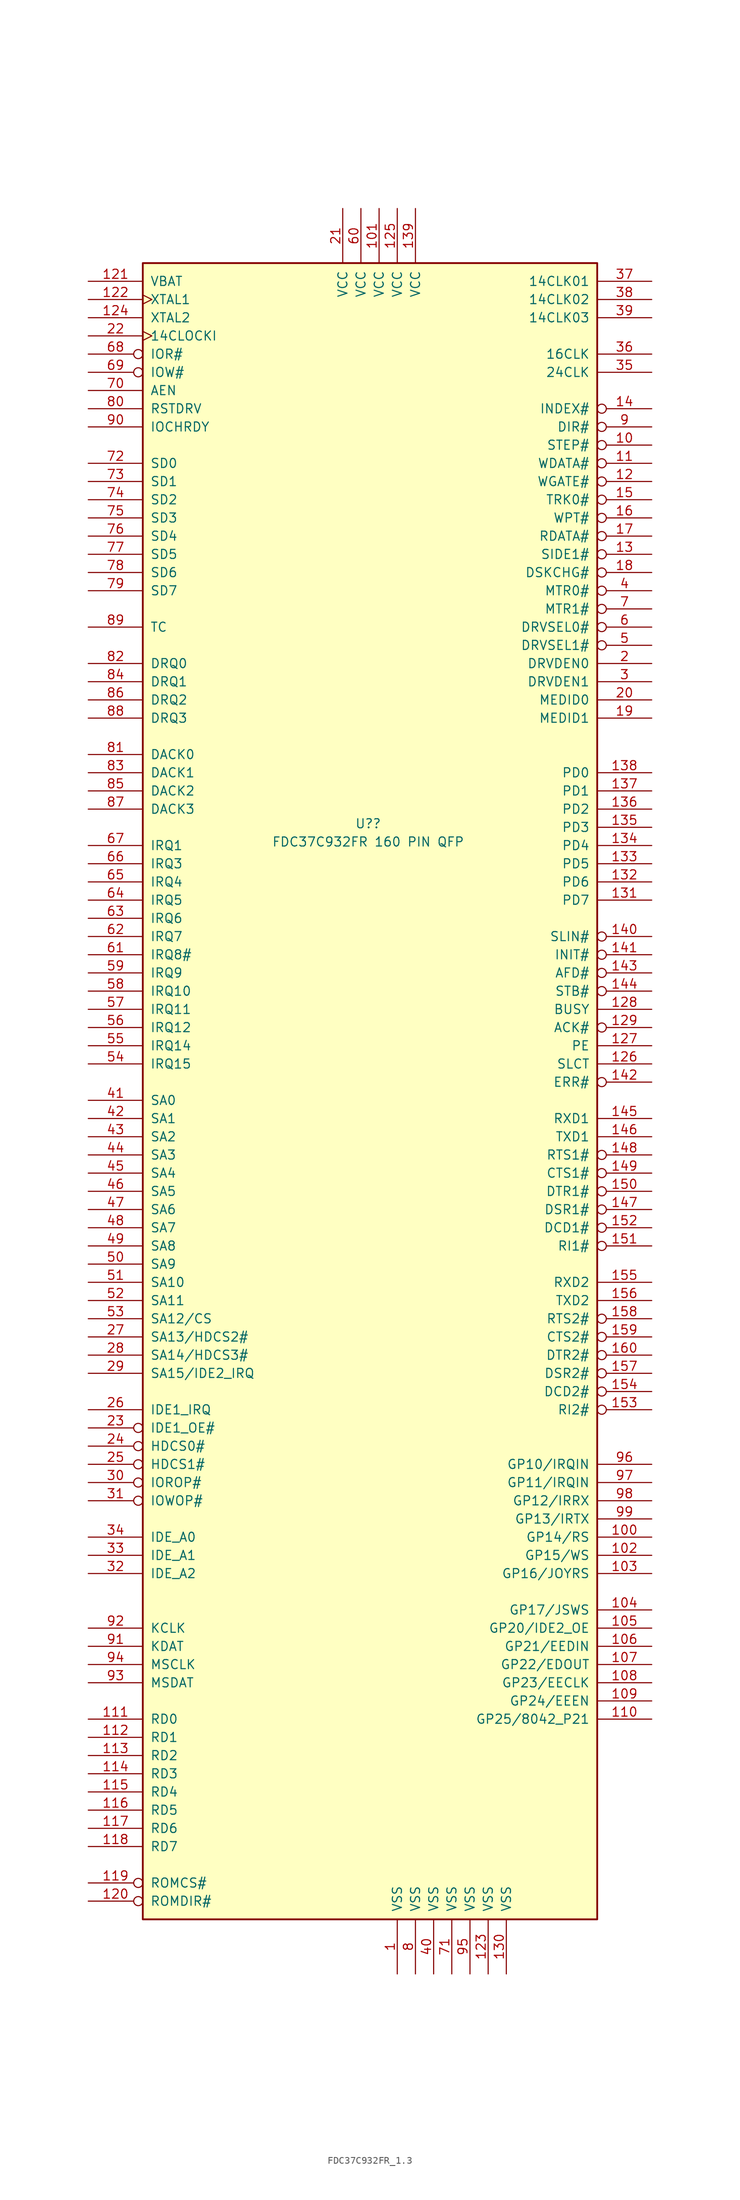
<source format=kicad_sym>
(kicad_symbol_lib
  (version 20240819)
  (generator "kicad_symbol_editor")
  (generator_version "8.99")
  (symbol "FDC37C932FR_1.3"
    (pin_names
      (offset 1.016))
    (property "Reference" "U?"
      (at 1.016 38.608 0)
      (effects (font (size 1.27 1.27))))
    (property "Value" "FDC37C932FR 160 PIN QFP"
      (at 1.016 36.068 0)
      (effects (font (size 1.27 1.27))))
    (symbol "FDC37C932FR_1.3_0_1"
      (rectangle (start -30.48 116.84) (end 33.02 -114.3) (stroke (width 0.254) (type default)) (fill (type background))))
    (symbol "FDC37C932FR_1.3_1_1"
      (pin power_in line (at -38.1 114.3 0) (length 7.62) (name "VBAT" (effects (font (size 1.27 1.27)))) (number "121" (effects (font (size 1.27 1.27)))))
      (pin input clock (at -38.1 111.76 0) (length 7.62) (name "XTAL1" (effects (font (size 1.27 1.27)))) (number "122" (effects (font (size 1.27 1.27)))))
      (pin input line (at -38.1 109.22 0) (length 7.62) (name "XTAL2" (effects (font (size 1.27 1.27)))) (number "124" (effects (font (size 1.27 1.27)))))
      (pin input clock (at -38.1 106.68 0) (length 7.62) (name "14CLOCKI" (effects (font (size 1.27 1.27)))) (number "22" (effects (font (size 1.27 1.27)))))
      (pin input inverted (at -38.1 104.14 0) (length 7.62) (name "IOR#" (effects (font (size 1.27 1.27)))) (number "68" (effects (font (size 1.27 1.27)))))
      (pin input inverted (at -38.1 101.6 0) (length 7.62) (name "IOW#" (effects (font (size 1.27 1.27)))) (number "69" (effects (font (size 1.27 1.27)))))
      (pin input line (at -38.1 99.06 0) (length 7.62) (name "AEN" (effects (font (size 1.27 1.27)))) (number "70" (effects (font (size 1.27 1.27)))))
      (pin input line (at -38.1 96.52 0) (length 7.62) (name "RSTDRV" (effects (font (size 1.27 1.27)))) (number "80" (effects (font (size 1.27 1.27)))))
      (pin input line (at -38.1 93.98 0) (length 7.62) (name "IOCHRDY" (effects (font (size 1.27 1.27)))) (number "90" (effects (font (size 1.27 1.27)))))
      (pin bidirectional line (at -38.1 88.9 0) (length 7.62) (name "SD0" (effects (font (size 1.27 1.27)))) (number "72" (effects (font (size 1.27 1.27)))))
      (pin bidirectional line (at -38.1 86.36 0) (length 7.62) (name "SD1" (effects (font (size 1.27 1.27)))) (number "73" (effects (font (size 1.27 1.27)))))
      (pin bidirectional line (at -38.1 83.82 0) (length 7.62) (name "SD2" (effects (font (size 1.27 1.27)))) (number "74" (effects (font (size 1.27 1.27)))))
      (pin bidirectional line (at -38.1 81.28 0) (length 7.62) (name "SD3" (effects (font (size 1.27 1.27)))) (number "75" (effects (font (size 1.27 1.27)))))
      (pin bidirectional line (at -38.1 78.74 0) (length 7.62) (name "SD4" (effects (font (size 1.27 1.27)))) (number "76" (effects (font (size 1.27 1.27)))))
      (pin bidirectional line (at -38.1 76.2 0) (length 7.62) (name "SD5" (effects (font (size 1.27 1.27)))) (number "77" (effects (font (size 1.27 1.27)))))
      (pin bidirectional line (at -38.1 73.66 0) (length 7.62) (name "SD6" (effects (font (size 1.27 1.27)))) (number "78" (effects (font (size 1.27 1.27)))))
      (pin bidirectional line (at -38.1 71.12 0) (length 7.62) (name "SD7" (effects (font (size 1.27 1.27)))) (number "79" (effects (font (size 1.27 1.27)))))
      (pin bidirectional line (at -38.1 66.04 0) (length 7.62) (name "TC" (effects (font (size 1.27 1.27)))) (number "89" (effects (font (size 1.27 1.27)))))
      (pin output line (at -38.1 60.96 0) (length 7.62) (name "DRQ0" (effects (font (size 1.27 1.27)))) (number "82" (effects (font (size 1.27 1.27)))))
      (pin output line (at -38.1 58.42 0) (length 7.62) (name "DRQ1" (effects (font (size 1.27 1.27)))) (number "84" (effects (font (size 1.27 1.27)))))
      (pin output line (at -38.1 55.88 0) (length 7.62) (name "DRQ2" (effects (font (size 1.27 1.27)))) (number "86" (effects (font (size 1.27 1.27)))))
      (pin output line (at -38.1 53.34 0) (length 7.62) (name "DRQ3" (effects (font (size 1.27 1.27)))) (number "88" (effects (font (size 1.27 1.27)))))
      (pin input line (at -38.1 48.26 0) (length 7.62) (name "DACK0" (effects (font (size 1.27 1.27)))) (number "81" (effects (font (size 1.27 1.27)))))
      (pin input line (at -38.1 45.72 0) (length 7.62) (name "DACK1" (effects (font (size 1.27 1.27)))) (number "83" (effects (font (size 1.27 1.27)))))
      (pin input line (at -38.1 43.18 0) (length 7.62) (name "DACK2" (effects (font (size 1.27 1.27)))) (number "85" (effects (font (size 1.27 1.27)))))
      (pin input line (at -38.1 40.64 0) (length 7.62) (name "DACK3" (effects (font (size 1.27 1.27)))) (number "87" (effects (font (size 1.27 1.27)))))
      (pin output line (at -38.1 35.56 0) (length 7.62) (name "IRQ1" (effects (font (size 1.27 1.27)))) (number "67" (effects (font (size 1.27 1.27)))))
      (pin output line (at -38.1 33.02 0) (length 7.62) (name "IRQ3" (effects (font (size 1.27 1.27)))) (number "66" (effects (font (size 1.27 1.27)))))
      (pin output line (at -38.1 30.48 0) (length 7.62) (name "IRQ4" (effects (font (size 1.27 1.27)))) (number "65" (effects (font (size 1.27 1.27)))))
      (pin output line (at -38.1 27.94 0) (length 7.62) (name "IRQ5" (effects (font (size 1.27 1.27)))) (number "64" (effects (font (size 1.27 1.27)))))
      (pin output line (at -38.1 25.4 0) (length 7.62) (name "IRQ6" (effects (font (size 1.27 1.27)))) (number "63" (effects (font (size 1.27 1.27)))))
      (pin output line (at -38.1 22.86 0) (length 7.62) (name "IRQ7" (effects (font (size 1.27 1.27)))) (number "62" (effects (font (size 1.27 1.27)))))
      (pin output line (at -38.1 20.32 0) (length 7.62) (name "IRQ8#" (effects (font (size 1.27 1.27)))) (number "61" (effects (font (size 1.27 1.27)))))
      (pin output line (at -38.1 17.78 0) (length 7.62) (name "IRQ9" (effects (font (size 1.27 1.27)))) (number "59" (effects (font (size 1.27 1.27)))))
      (pin output line (at -38.1 15.24 0) (length 7.62) (name "IRQ10" (effects (font (size 1.27 1.27)))) (number "58" (effects (font (size 1.27 1.27)))))
      (pin output line (at -38.1 12.7 0) (length 7.62) (name "IRQ11" (effects (font (size 1.27 1.27)))) (number "57" (effects (font (size 1.27 1.27)))))
      (pin output line (at -38.1 10.16 0) (length 7.62) (name "IRQ12" (effects (font (size 1.27 1.27)))) (number "56" (effects (font (size 1.27 1.27)))))
      (pin output line (at -38.1 7.62 0) (length 7.62) (name "IRQ14" (effects (font (size 1.27 1.27)))) (number "55" (effects (font (size 1.27 1.27)))))
      (pin output line (at -38.1 5.08 0) (length 7.62) (name "IRQ15" (effects (font (size 1.27 1.27)))) (number "54" (effects (font (size 1.27 1.27)))))
      (pin bidirectional line (at -38.1 0 0) (length 7.62) (name "SA0" (effects (font (size 1.27 1.27)))) (number "41" (effects (font (size 1.27 1.27)))))
      (pin bidirectional line (at -38.1 -2.54 0) (length 7.62) (name "SA1" (effects (font (size 1.27 1.27)))) (number "42" (effects (font (size 1.27 1.27)))))
      (pin bidirectional line (at -38.1 -5.08 0) (length 7.62) (name "SA2" (effects (font (size 1.27 1.27)))) (number "43" (effects (font (size 1.27 1.27)))))
      (pin bidirectional line (at -38.1 -7.62 0) (length 7.62) (name "SA3" (effects (font (size 1.27 1.27)))) (number "44" (effects (font (size 1.27 1.27)))))
      (pin bidirectional line (at -38.1 -10.16 0) (length 7.62) (name "SA4" (effects (font (size 1.27 1.27)))) (number "45" (effects (font (size 1.27 1.27)))))
      (pin bidirectional line (at -38.1 -12.7 0) (length 7.62) (name "SA5" (effects (font (size 1.27 1.27)))) (number "46" (effects (font (size 1.27 1.27)))))
      (pin bidirectional line (at -38.1 -15.24 0) (length 7.62) (name "SA6" (effects (font (size 1.27 1.27)))) (number "47" (effects (font (size 1.27 1.27)))))
      (pin bidirectional line (at -38.1 -17.78 0) (length 7.62) (name "SA7" (effects (font (size 1.27 1.27)))) (number "48" (effects (font (size 1.27 1.27)))))
      (pin bidirectional line (at -38.1 -20.32 0) (length 7.62) (name "SA8" (effects (font (size 1.27 1.27)))) (number "49" (effects (font (size 1.27 1.27)))))
      (pin bidirectional line (at -38.1 -22.86 0) (length 7.62) (name "SA9" (effects (font (size 1.27 1.27)))) (number "50" (effects (font (size 1.27 1.27)))))
      (pin bidirectional line (at -38.1 -25.4 0) (length 7.62) (name "SA10" (effects (font (size 1.27 1.27)))) (number "51" (effects (font (size 1.27 1.27)))))
      (pin bidirectional line (at -38.1 -27.94 0) (length 7.62) (name "SA11" (effects (font (size 1.27 1.27)))) (number "52" (effects (font (size 1.27 1.27)))))
      (pin bidirectional line (at -38.1 -30.48 0) (length 7.62) (name "SA12/CS" (effects (font (size 1.27 1.27)))) (number "53" (effects (font (size 1.27 1.27)))))
      (pin bidirectional line (at -38.1 -33.02 0) (length 7.62) (name "SA13/HDCS2#" (effects (font (size 1.27 1.27)))) (number "27" (effects (font (size 1.27 1.27)))))
      (pin bidirectional line (at -38.1 -35.56 0) (length 7.62) (name "SA14/HDCS3#" (effects (font (size 1.27 1.27)))) (number "28" (effects (font (size 1.27 1.27)))))
      (pin bidirectional line (at -38.1 -38.1 0) (length 7.62) (name "SA15/IDE2_IRQ" (effects (font (size 1.27 1.27)))) (number "29" (effects (font (size 1.27 1.27)))))
      (pin input line (at -38.1 -43.18 0) (length 7.62) (name "IDE1_IRQ" (effects (font (size 1.27 1.27)))) (number "26" (effects (font (size 1.27 1.27)))))
      (pin output inverted (at -38.1 -45.72 0) (length 7.62) (name "IDE1_OE#" (effects (font (size 1.27 1.27)))) (number "23" (effects (font (size 1.27 1.27)))))
      (pin output inverted (at -38.1 -48.26 0) (length 7.62) (name "HDCS0#" (effects (font (size 1.27 1.27)))) (number "24" (effects (font (size 1.27 1.27)))))
      (pin output inverted (at -38.1 -50.8 0) (length 7.62) (name "HDCS1#" (effects (font (size 1.27 1.27)))) (number "25" (effects (font (size 1.27 1.27)))))
      (pin output inverted (at -38.1 -53.34 0) (length 7.62) (name "IOROP#" (effects (font (size 1.27 1.27)))) (number "30" (effects (font (size 1.27 1.27)))))
      (pin output inverted (at -38.1 -55.88 0) (length 7.62) (name "IOWOP#" (effects (font (size 1.27 1.27)))) (number "31" (effects (font (size 1.27 1.27)))))
      (pin output line (at -38.1 -60.96 0) (length 7.62) (name "IDE_A0" (effects (font (size 1.27 1.27)))) (number "34" (effects (font (size 1.27 1.27)))))
      (pin output line (at -38.1 -63.5 0) (length 7.62) (name "IDE_A1" (effects (font (size 1.27 1.27)))) (number "33" (effects (font (size 1.27 1.27)))))
      (pin output line (at -38.1 -66.04 0) (length 7.62) (name "IDE_A2" (effects (font (size 1.27 1.27)))) (number "32" (effects (font (size 1.27 1.27)))))
      (pin bidirectional line (at -38.1 -73.66 0) (length 7.62) (name "KCLK" (effects (font (size 1.27 1.27)))) (number "92" (effects (font (size 1.27 1.27)))))
      (pin bidirectional line (at -38.1 -76.2 0) (length 7.62) (name "KDAT" (effects (font (size 1.27 1.27)))) (number "91" (effects (font (size 1.27 1.27)))))
      (pin bidirectional line (at -38.1 -78.74 0) (length 7.62) (name "MSCLK" (effects (font (size 1.27 1.27)))) (number "94" (effects (font (size 1.27 1.27)))))
      (pin bidirectional line (at -38.1 -81.28 0) (length 7.62) (name "MSDAT" (effects (font (size 1.27 1.27)))) (number "93" (effects (font (size 1.27 1.27)))))
      (pin bidirectional line (at -38.1 -86.36 0) (length 7.62) (name "RD0" (effects (font (size 1.27 1.27)))) (number "111" (effects (font (size 1.27 1.27)))))
      (pin bidirectional line (at -38.1 -88.9 0) (length 7.62) (name "RD1" (effects (font (size 1.27 1.27)))) (number "112" (effects (font (size 1.27 1.27)))))
      (pin bidirectional line (at -38.1 -91.44 0) (length 7.62) (name "RD2" (effects (font (size 1.27 1.27)))) (number "113" (effects (font (size 1.27 1.27)))))
      (pin bidirectional line (at -38.1 -93.98 0) (length 7.62) (name "RD3" (effects (font (size 1.27 1.27)))) (number "114" (effects (font (size 1.27 1.27)))))
      (pin bidirectional line (at -38.1 -96.52 0) (length 7.62) (name "RD4" (effects (font (size 1.27 1.27)))) (number "115" (effects (font (size 1.27 1.27)))))
      (pin bidirectional line (at -38.1 -99.06 0) (length 7.62) (name "RD5" (effects (font (size 1.27 1.27)))) (number "116" (effects (font (size 1.27 1.27)))))
      (pin bidirectional line (at -38.1 -101.6 0) (length 7.62) (name "RD6" (effects (font (size 1.27 1.27)))) (number "117" (effects (font (size 1.27 1.27)))))
      (pin bidirectional line (at -38.1 -104.14 0) (length 7.62) (name "RD7" (effects (font (size 1.27 1.27)))) (number "118" (effects (font (size 1.27 1.27)))))
      (pin input inverted (at -38.1 -109.22 0) (length 7.62) (name "ROMCS#" (effects (font (size 1.27 1.27)))) (number "119" (effects (font (size 1.27 1.27)))))
      (pin input inverted (at -38.1 -111.76 0) (length 7.62) (name "ROMDIR#" (effects (font (size 1.27 1.27)))) (number "120" (effects (font (size 1.27 1.27)))))
      (pin power_in line (at -2.54 124.46 270) (length 7.62) (name "VCC" (effects (font (size 1.27 1.27)))) (number "21" (effects (font (size 1.27 1.27)))))
      (pin power_in line (at 0 124.46 270) (length 7.62) (name "VCC" (effects (font (size 1.27 1.27)))) (number "60" (effects (font (size 1.27 1.27)))))
      (pin power_in line (at 2.54 124.46 270) (length 7.62) (name "VCC" (effects (font (size 1.27 1.27)))) (number "101" (effects (font (size 1.27 1.27)))))
      (pin power_in line (at 5.08 124.46 270) (length 7.62) (name "VCC" (effects (font (size 1.27 1.27)))) (number "125" (effects (font (size 1.27 1.27)))))
      (pin power_out line (at 5.08 -121.92 90) (length 7.62) (name "VSS" (effects (font (size 1.27 1.27)))) (number "1" (effects (font (size 1.27 1.27)))))
      (pin power_in line (at 7.62 124.46 270) (length 7.62) (name "VCC" (effects (font (size 1.27 1.27)))) (number "139" (effects (font (size 1.27 1.27)))))
      (pin power_out line (at 7.62 -121.92 90) (length 7.62) (name "VSS" (effects (font (size 1.27 1.27)))) (number "8" (effects (font (size 1.27 1.27)))))
      (pin power_out line (at 10.16 -121.92 90) (length 7.62) (name "VSS" (effects (font (size 1.27 1.27)))) (number "40" (effects (font (size 1.27 1.27)))))
      (pin power_out line (at 12.7 -121.92 90) (length 7.62) (name "VSS" (effects (font (size 1.27 1.27)))) (number "71" (effects (font (size 1.27 1.27)))))
      (pin power_out line (at 15.24 -121.92 90) (length 7.62) (name "VSS" (effects (font (size 1.27 1.27)))) (number "95" (effects (font (size 1.27 1.27)))))
      (pin power_out line (at 17.78 -121.92 90) (length 7.62) (name "VSS" (effects (font (size 1.27 1.27)))) (number "123" (effects (font (size 1.27 1.27)))))
      (pin power_out line (at 20.32 -121.92 90) (length 7.62) (name "VSS" (effects (font (size 1.27 1.27)))) (number "130" (effects (font (size 1.27 1.27)))))
      (pin output line (at 40.64 114.3 180) (length 7.62) (name "14CLK01" (effects (font (size 1.27 1.27)))) (number "37" (effects (font (size 1.27 1.27)))))
      (pin output line (at 40.64 111.76 180) (length 7.62) (name "14CLK02" (effects (font (size 1.27 1.27)))) (number "38" (effects (font (size 1.27 1.27)))))
      (pin output line (at 40.64 109.22 180) (length 7.62) (name "14CLK03" (effects (font (size 1.27 1.27)))) (number "39" (effects (font (size 1.27 1.27)))))
      (pin output line (at 40.64 104.14 180) (length 7.62) (name "16CLK" (effects (font (size 1.27 1.27)))) (number "36" (effects (font (size 1.27 1.27)))))
      (pin output line (at 40.64 101.6 180) (length 7.62) (name "24CLK" (effects (font (size 1.27 1.27)))) (number "35" (effects (font (size 1.27 1.27)))))
      (pin input inverted (at 40.64 96.52 180) (length 7.62) (name "INDEX#" (effects (font (size 1.27 1.27)))) (number "14" (effects (font (size 1.27 1.27)))))
      (pin output inverted (at 40.64 93.98 180) (length 7.62) (name "DIR#" (effects (font (size 1.27 1.27)))) (number "9" (effects (font (size 1.27 1.27)))))
      (pin output inverted (at 40.64 91.44 180) (length 7.62) (name "STEP#" (effects (font (size 1.27 1.27)))) (number "10" (effects (font (size 1.27 1.27)))))
      (pin output inverted (at 40.64 88.9 180) (length 7.62) (name "WDATA#" (effects (font (size 1.27 1.27)))) (number "11" (effects (font (size 1.27 1.27)))))
      (pin output inverted (at 40.64 86.36 180) (length 7.62) (name "WGATE#" (effects (font (size 1.27 1.27)))) (number "12" (effects (font (size 1.27 1.27)))))
      (pin input inverted (at 40.64 83.82 180) (length 7.62) (name "TRK0#" (effects (font (size 1.27 1.27)))) (number "15" (effects (font (size 1.27 1.27)))))
      (pin input inverted (at 40.64 81.28 180) (length 7.62) (name "WPT#" (effects (font (size 1.27 1.27)))) (number "16" (effects (font (size 1.27 1.27)))))
      (pin input inverted (at 40.64 78.74 180) (length 7.62) (name "RDATA#" (effects (font (size 1.27 1.27)))) (number "17" (effects (font (size 1.27 1.27)))))
      (pin output inverted (at 40.64 76.2 180) (length 7.62) (name "SIDE1#" (effects (font (size 1.27 1.27)))) (number "13" (effects (font (size 1.27 1.27)))))
      (pin input inverted (at 40.64 73.66 180) (length 7.62) (name "DSKCHG#" (effects (font (size 1.27 1.27)))) (number "18" (effects (font (size 1.27 1.27)))))
      (pin output inverted (at 40.64 71.12 180) (length 7.62) (name "MTR0#" (effects (font (size 1.27 1.27)))) (number "4" (effects (font (size 1.27 1.27)))))
      (pin output inverted (at 40.64 68.58 180) (length 7.62) (name "MTR1#" (effects (font (size 1.27 1.27)))) (number "7" (effects (font (size 1.27 1.27)))))
      (pin output inverted (at 40.64 66.04 180) (length 7.62) (name "DRVSEL0#" (effects (font (size 1.27 1.27)))) (number "6" (effects (font (size 1.27 1.27)))))
      (pin output inverted (at 40.64 63.5 180) (length 7.62) (name "DRVSEL1#" (effects (font (size 1.27 1.27)))) (number "5" (effects (font (size 1.27 1.27)))))
      (pin output line (at 40.64 60.96 180) (length 7.62) (name "DRVDEN0" (effects (font (size 1.27 1.27)))) (number "2" (effects (font (size 1.27 1.27)))))
      (pin output line (at 40.64 58.42 180) (length 7.62) (name "DRVDEN1" (effects (font (size 1.27 1.27)))) (number "3" (effects (font (size 1.27 1.27)))))
      (pin input line (at 40.64 55.88 180) (length 7.62) (name "MEDID0" (effects (font (size 1.27 1.27)))) (number "20" (effects (font (size 1.27 1.27)))))
      (pin input line (at 40.64 53.34 180) (length 7.62) (name "MEDID1" (effects (font (size 1.27 1.27)))) (number "19" (effects (font (size 1.27 1.27)))))
      (pin bidirectional line (at 40.64 45.72 180) (length 7.62) (name "PD0" (effects (font (size 1.27 1.27)))) (number "138" (effects (font (size 1.27 1.27)))))
      (pin bidirectional line (at 40.64 43.18 180) (length 7.62) (name "PD1" (effects (font (size 1.27 1.27)))) (number "137" (effects (font (size 1.27 1.27)))))
      (pin bidirectional line (at 40.64 40.64 180) (length 7.62) (name "PD2" (effects (font (size 1.27 1.27)))) (number "136" (effects (font (size 1.27 1.27)))))
      (pin bidirectional line (at 40.64 38.1 180) (length 7.62) (name "PD3" (effects (font (size 1.27 1.27)))) (number "135" (effects (font (size 1.27 1.27)))))
      (pin bidirectional line (at 40.64 35.56 180) (length 7.62) (name "PD4" (effects (font (size 1.27 1.27)))) (number "134" (effects (font (size 1.27 1.27)))))
      (pin bidirectional line (at 40.64 33.02 180) (length 7.62) (name "PD5" (effects (font (size 1.27 1.27)))) (number "133" (effects (font (size 1.27 1.27)))))
      (pin bidirectional line (at 40.64 30.48 180) (length 7.62) (name "PD6" (effects (font (size 1.27 1.27)))) (number "132" (effects (font (size 1.27 1.27)))))
      (pin bidirectional line (at 40.64 27.94 180) (length 7.62) (name "PD7" (effects (font (size 1.27 1.27)))) (number "131" (effects (font (size 1.27 1.27)))))
      (pin output inverted (at 40.64 22.86 180) (length 7.62) (name "SLIN#" (effects (font (size 1.27 1.27)))) (number "140" (effects (font (size 1.27 1.27)))))
      (pin output inverted (at 40.64 20.32 180) (length 7.62) (name "INIT#" (effects (font (size 1.27 1.27)))) (number "141" (effects (font (size 1.27 1.27)))))
      (pin output inverted (at 40.64 17.78 180) (length 7.62) (name "AFD#" (effects (font (size 1.27 1.27)))) (number "143" (effects (font (size 1.27 1.27)))))
      (pin output inverted (at 40.64 15.24 180) (length 7.62) (name "STB#" (effects (font (size 1.27 1.27)))) (number "144" (effects (font (size 1.27 1.27)))))
      (pin input line (at 40.64 12.7 180) (length 7.62) (name "BUSY" (effects (font (size 1.27 1.27)))) (number "128" (effects (font (size 1.27 1.27)))))
      (pin input inverted (at 40.64 10.16 180) (length 7.62) (name "ACK#" (effects (font (size 1.27 1.27)))) (number "129" (effects (font (size 1.27 1.27)))))
      (pin input line (at 40.64 7.62 180) (length 7.62) (name "PE" (effects (font (size 1.27 1.27)))) (number "127" (effects (font (size 1.27 1.27)))))
      (pin input line (at 40.64 5.08 180) (length 7.62) (name "SLCT" (effects (font (size 1.27 1.27)))) (number "126" (effects (font (size 1.27 1.27)))))
      (pin input inverted (at 40.64 2.54 180) (length 7.62) (name "ERR#" (effects (font (size 1.27 1.27)))) (number "142" (effects (font (size 1.27 1.27)))))
      (pin input line (at 40.64 -2.54 180) (length 7.62) (name "RXD1" (effects (font (size 1.27 1.27)))) (number "145" (effects (font (size 1.27 1.27)))))
      (pin output line (at 40.64 -5.08 180) (length 7.62) (name "TXD1" (effects (font (size 1.27 1.27)))) (number "146" (effects (font (size 1.27 1.27)))))
      (pin output inverted (at 40.64 -7.62 180) (length 7.62) (name "RTS1#" (effects (font (size 1.27 1.27)))) (number "148" (effects (font (size 1.27 1.27)))))
      (pin input inverted (at 40.64 -10.16 180) (length 7.62) (name "CTS1#" (effects (font (size 1.27 1.27)))) (number "149" (effects (font (size 1.27 1.27)))))
      (pin output inverted (at 40.64 -12.7 180) (length 7.62) (name "DTR1#" (effects (font (size 1.27 1.27)))) (number "150" (effects (font (size 1.27 1.27)))))
      (pin input inverted (at 40.64 -15.24 180) (length 7.62) (name "DSR1#" (effects (font (size 1.27 1.27)))) (number "147" (effects (font (size 1.27 1.27)))))
      (pin input inverted (at 40.64 -17.78 180) (length 7.62) (name "DCD1#" (effects (font (size 1.27 1.27)))) (number "152" (effects (font (size 1.27 1.27)))))
      (pin input inverted (at 40.64 -20.32 180) (length 7.62) (name "RI1#" (effects (font (size 1.27 1.27)))) (number "151" (effects (font (size 1.27 1.27)))))
      (pin input line (at 40.64 -25.4 180) (length 7.62) (name "RXD2" (effects (font (size 1.27 1.27)))) (number "155" (effects (font (size 1.27 1.27)))))
      (pin output line (at 40.64 -27.94 180) (length 7.62) (name "TXD2" (effects (font (size 1.27 1.27)))) (number "156" (effects (font (size 1.27 1.27)))))
      (pin output inverted (at 40.64 -30.48 180) (length 7.62) (name "RTS2#" (effects (font (size 1.27 1.27)))) (number "158" (effects (font (size 1.27 1.27)))))
      (pin input inverted (at 40.64 -33.02 180) (length 7.62) (name "CTS2#" (effects (font (size 1.27 1.27)))) (number "159" (effects (font (size 1.27 1.27)))))
      (pin output inverted (at 40.64 -35.56 180) (length 7.62) (name "DTR2#" (effects (font (size 1.27 1.27)))) (number "160" (effects (font (size 1.27 1.27)))))
      (pin input inverted (at 40.64 -38.1 180) (length 7.62) (name "DSR2#" (effects (font (size 1.27 1.27)))) (number "157" (effects (font (size 1.27 1.27)))))
      (pin input inverted (at 40.64 -40.64 180) (length 7.62) (name "DCD2#" (effects (font (size 1.27 1.27)))) (number "154" (effects (font (size 1.27 1.27)))))
      (pin input inverted (at 40.64 -43.18 180) (length 7.62) (name "RI2#" (effects (font (size 1.27 1.27)))) (number "153" (effects (font (size 1.27 1.27)))))
      (pin bidirectional line (at 40.64 -50.8 180) (length 7.62) (name "GP10/IRQIN" (effects (font (size 1.27 1.27)))) (number "96" (effects (font (size 1.27 1.27)))))
      (pin bidirectional line (at 40.64 -53.34 180) (length 7.62) (name "GP11/IRQIN" (effects (font (size 1.27 1.27)))) (number "97" (effects (font (size 1.27 1.27)))))
      (pin bidirectional line (at 40.64 -55.88 180) (length 7.62) (name "GP12/IRRX" (effects (font (size 1.27 1.27)))) (number "98" (effects (font (size 1.27 1.27)))))
      (pin bidirectional line (at 40.64 -58.42 180) (length 7.62) (name "GP13/IRTX" (effects (font (size 1.27 1.27)))) (number "99" (effects (font (size 1.27 1.27)))))
      (pin bidirectional line (at 40.64 -60.96 180) (length 7.62) (name "GP14/RS" (effects (font (size 1.27 1.27)))) (number "100" (effects (font (size 1.27 1.27)))))
      (pin bidirectional line (at 40.64 -63.5 180) (length 7.62) (name "GP15/WS" (effects (font (size 1.27 1.27)))) (number "102" (effects (font (size 1.27 1.27)))))
      (pin bidirectional line (at 40.64 -66.04 180) (length 7.62) (name "GP16/JOYRS" (effects (font (size 1.27 1.27)))) (number "103" (effects (font (size 1.27 1.27)))))
      (pin bidirectional line (at 40.64 -71.12 180) (length 7.62) (name "GP17/JSWS" (effects (font (size 1.27 1.27)))) (number "104" (effects (font (size 1.27 1.27)))))
      (pin bidirectional line (at 40.64 -73.66 180) (length 7.62) (name "GP20/IDE2_OE" (effects (font (size 1.27 1.27)))) (number "105" (effects (font (size 1.27 1.27)))))
      (pin bidirectional line (at 40.64 -76.2 180) (length 7.62) (name "GP21/EEDIN" (effects (font (size 1.27 1.27)))) (number "106" (effects (font (size 1.27 1.27)))))
      (pin bidirectional line (at 40.64 -78.74 180) (length 7.62) (name "GP22/EDOUT" (effects (font (size 1.27 1.27)))) (number "107" (effects (font (size 1.27 1.27)))))
      (pin bidirectional line (at 40.64 -81.28 180) (length 7.62) (name "GP23/EECLK" (effects (font (size 1.27 1.27)))) (number "108" (effects (font (size 1.27 1.27)))))
      (pin bidirectional line (at 40.64 -83.82 180) (length 7.62) (name "GP24/EEEN" (effects (font (size 1.27 1.27)))) (number "109" (effects (font (size 1.27 1.27)))))
      (pin bidirectional line (at 40.64 -86.36 180) (length 7.62) (name "GP25/8042_P21" (effects (font (size 1.27 1.27)))) (number "110" (effects (font (size 1.27 1.27))))))))
</source>
